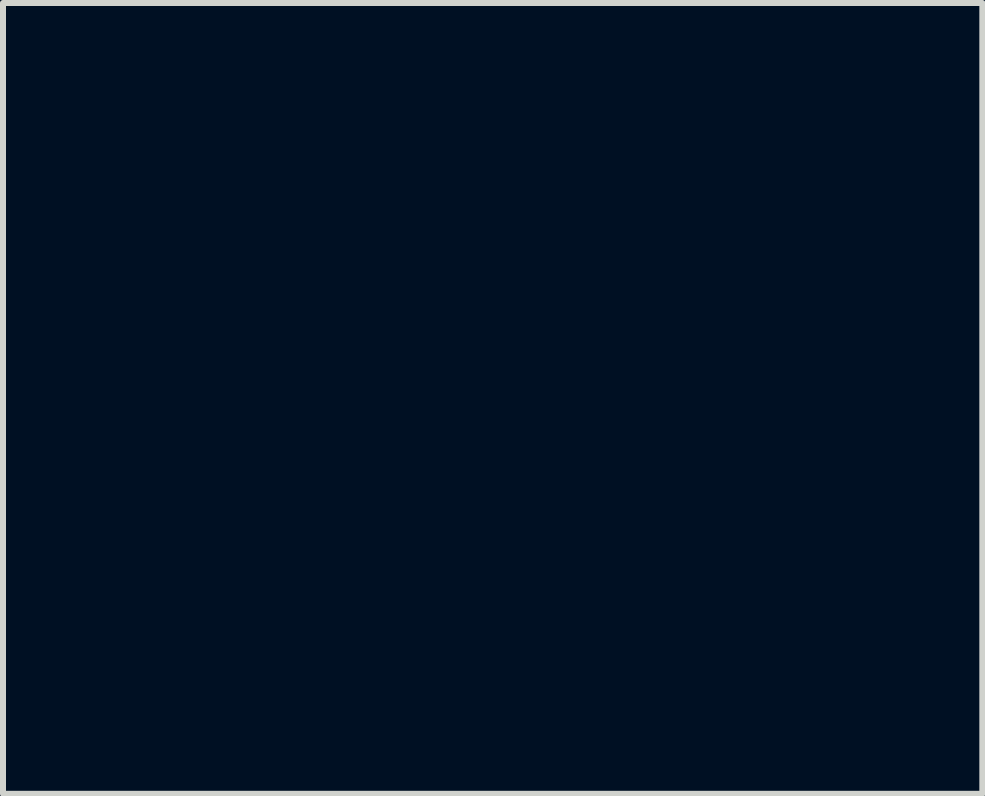
<source format=kicad_pcb>
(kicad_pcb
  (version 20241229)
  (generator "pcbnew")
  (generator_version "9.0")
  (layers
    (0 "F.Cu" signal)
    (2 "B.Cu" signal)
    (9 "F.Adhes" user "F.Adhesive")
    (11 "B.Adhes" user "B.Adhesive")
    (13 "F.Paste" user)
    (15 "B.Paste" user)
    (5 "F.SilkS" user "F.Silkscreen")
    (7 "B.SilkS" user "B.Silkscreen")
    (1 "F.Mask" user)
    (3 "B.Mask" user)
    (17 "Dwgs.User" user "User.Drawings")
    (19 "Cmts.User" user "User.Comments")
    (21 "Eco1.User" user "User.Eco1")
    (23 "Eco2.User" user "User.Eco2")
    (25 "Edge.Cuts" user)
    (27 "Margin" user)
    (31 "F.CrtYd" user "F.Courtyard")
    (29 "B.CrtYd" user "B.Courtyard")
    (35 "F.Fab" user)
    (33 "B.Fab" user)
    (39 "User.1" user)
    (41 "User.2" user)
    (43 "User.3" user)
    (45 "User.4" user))
  (footprint "owl_logo"
    (layer "F.Cu")
    (at 5.157 3.581)
    (property "Reference" "owl_logo" (at 0 0 0) (layer "User.1") (effects (font (size 1.5 1.5) (thickness 0.3))))
    (attr board_only exclude_from_pos_files exclude_from_bom)
    (fp_poly (pts (xy 1.104 -2.014) (xy 1.166 -2.001) (xy 1.224 -1.978) (xy 1.277 -1.946) (xy 1.325 -1.906) (xy 1.377 -1.849) (xy 1.419 -1.787) (xy 1.45 -1.72) (xy 1.471 -1.648) (xy 1.481 -1.578) (xy 1.48 -1.513) (xy 1.469 -1.448) (xy 1.447 -1.384) (xy 1.416 -1.323) (xy 1.376 -1.267) (xy 1.329 -1.217) (xy 1.275 -1.175) (xy 1.274 -1.174) (xy 1.216 -1.143) (xy 1.153 -1.121) (xy 1.086 -1.108) (xy 1.019 -1.106) (xy 0.993 -1.108) (xy 0.93 -1.121) (xy 0.867 -1.146) (xy 0.805 -1.182) (xy 0.769 -1.209) (xy 0.724 -1.252) (xy 0.683 -1.303) (xy 0.649 -1.362) (xy 0.622 -1.424) (xy 0.604 -1.489) (xy 0.594 -1.554) (xy 0.594 -1.612) (xy 0.606 -1.683) (xy 0.628 -1.749) (xy 0.659 -1.811) (xy 0.7 -1.867) (xy 0.749 -1.915) (xy 0.805 -1.956) (xy 0.868 -1.988) (xy 0.918 -2.005) (xy 0.944 -2.012) (xy 0.969 -2.016) (xy 0.999 -2.018) (xy 1.034 -2.019)) (stroke (width 0) (type solid)) (fill yes) (layer "F.Mask"))
    (fp_poly (pts (xy -0.972 -2.018) (xy -0.918 -2.007) (xy -0.863 -1.986) (xy -0.844 -1.977) (xy -0.816 -1.962) (xy -0.793 -1.948) (xy -0.771 -1.931) (xy -0.747 -1.908) (xy -0.738 -1.899) (xy -0.714 -1.874) (xy -0.691 -1.846) (xy -0.672 -1.821) (xy -0.664 -1.808) (xy -0.633 -1.746) (xy -0.612 -1.679) (xy -0.6 -1.61) (xy -0.599 -1.542) (xy -0.607 -1.476) (xy -0.609 -1.469) (xy -0.632 -1.397) (xy -0.664 -1.331) (xy -0.706 -1.272) (xy -0.756 -1.22) (xy -0.813 -1.177) (xy -0.878 -1.143) (xy -0.917 -1.128) (xy -0.943 -1.12) (xy -0.967 -1.115) (xy -0.994 -1.112) (xy -1.028 -1.11) (xy -1.031 -1.11) (xy -1.06 -1.11) (xy -1.085 -1.11) (xy -1.104 -1.11) (xy -1.114 -1.111) (xy -1.151 -1.121) (xy -1.192 -1.137) (xy -1.233 -1.155) (xy -1.264 -1.173) (xy -1.322 -1.218) (xy -1.372 -1.27) (xy -1.413 -1.329) (xy -1.444 -1.394) (xy -1.465 -1.462) (xy -1.476 -1.534) (xy -1.477 -1.565) (xy -1.472 -1.639) (xy -1.456 -1.708) (xy -1.431 -1.772) (xy -1.397 -1.831) (xy -1.355 -1.883) (xy -1.306 -1.928) (xy -1.251 -1.965) (xy -1.189 -1.994) (xy -1.123 -2.013) (xy -1.053 -2.021) (xy -1.03 -2.022)) (stroke (width 0) (type solid)) (fill yes) (layer "F.Mask"))
    (fp_poly (pts (xy -2.329 1.606) (xy -2.314 1.615) (xy -2.291 1.63) (xy -2.261 1.649) (xy -2.225 1.673) (xy -2.183 1.701) (xy -2.137 1.732) (xy -2.087 1.766) (xy -2.033 1.804) (xy -1.976 1.843) (xy -1.918 1.884) (xy -1.858 1.927) (xy -1.797 1.97) (xy -1.736 2.013) (xy -1.7 2.039) (xy -1.661 2.067) (xy -1.618 2.098) (xy -1.574 2.13) (xy -1.532 2.16) (xy -1.503 2.181) (xy -1.462 2.21) (xy -1.417 2.243) (xy -1.367 2.279) (xy -1.315 2.317) (xy -1.262 2.355) (xy -1.208 2.394) (xy -1.156 2.432) (xy -1.106 2.469) (xy -1.059 2.502) (xy -1.017 2.533) (xy -0.981 2.559) (xy -0.952 2.58) (xy -0.932 2.595) (xy -0.859 2.649) (xy -0.793 2.699) (xy -0.734 2.743) (xy -0.681 2.783) (xy -0.637 2.816) (xy -0.601 2.844) (xy -0.573 2.866) (xy -0.554 2.881) (xy -0.549 2.885) (xy -0.532 2.9) (xy -0.523 2.91) (xy -0.52 2.917) (xy -0.523 2.922) (xy -0.524 2.924) (xy -0.531 2.934) (xy -0.541 2.952) (xy -0.554 2.977) (xy -0.57 3.011) (xy -0.589 3.055) (xy -0.613 3.108) (xy -0.64 3.171) (xy -0.653 3.203) (xy -0.683 3.272) (xy -0.711 3.337) (xy -0.736 3.395) (xy -0.759 3.447) (xy -0.779 3.492) (xy -0.796 3.529) (xy -0.81 3.558) (xy -0.82 3.577) (xy -0.826 3.586) (xy -0.827 3.587) (xy -0.832 3.582) (xy -0.84 3.57) (xy -0.844 3.563) (xy -0.854 3.542) (xy -0.866 3.515) (xy -0.88 3.48) (xy -0.897 3.437) (xy -0.916 3.385) (xy -0.939 3.324) (xy -0.952 3.287) (xy -0.975 3.226) (xy -0.996 3.17) (xy -1.014 3.122) (xy -1.03 3.081) (xy -1.043 3.049) (xy -1.053 3.025) (xy -1.06 3.012) (xy -1.061 3.01) (xy -1.066 3.01) (xy -1.075 3.017) (xy -1.089 3.031) (xy -1.108 3.052) (xy -1.133 3.082) (xy -1.163 3.12) (xy -1.199 3.168) (xy -1.216 3.19) (xy -1.241 3.223) (xy -1.265 3.253) (xy -1.285 3.278) (xy -1.301 3.298) (xy -1.313 3.31) (xy -1.318 3.314) (xy -1.324 3.31) (xy -1.335 3.297) (xy -1.351 3.277) (xy -1.37 3.252) (xy -1.392 3.222) (xy -1.407 3.203) (xy -1.432 3.167) (xy -1.453 3.139) (xy -1.47 3.118) (xy -1.485 3.103) (xy -1.5 3.093) (xy -1.518 3.087) (xy -1.54 3.084) (xy -1.569 3.083) (xy -1.605 3.083) (xy -1.636 3.083) (xy -1.686 3.083) (xy -1.735 3.082) (xy -1.779 3.08) (xy -1.819 3.079) (xy -1.852 3.077) (xy -1.877 3.075) (xy -1.893 3.072) (xy -1.899 3.07) (xy -1.899 3.07) (xy -1.895 3.063) (xy -1.885 3.049) (xy -1.869 3.028) (xy -1.849 3.003) (xy -1.826 2.973) (xy -1.8 2.942) (xy -1.773 2.909) (xy -1.753 2.886) (xy -1.734 2.864) (xy -1.717 2.843) (xy -1.703 2.828) (xy -1.696 2.819) (xy -1.695 2.818) (xy -1.692 2.813) (xy -1.693 2.805) (xy -1.697 2.792) (xy -1.707 2.774) (xy -1.716 2.755) (xy -1.73 2.729) (xy -1.747 2.696) (xy -1.765 2.661) (xy -1.782 2.627) (xy -1.783 2.624) (xy -1.799 2.592) (xy -1.818 2.554) (xy -1.839 2.512) (xy -1.861 2.471) (xy -1.875 2.444) (xy -1.889 2.418) (xy -1.907 2.382) (xy -1.93 2.34) (xy -1.955 2.292) (xy -1.982 2.239) (xy -2.011 2.184) (xy -2.041 2.128) (xy -2.067 2.078) (xy -2.107 2.001) (xy -2.142 1.935) (xy -2.172 1.877) (xy -2.199 1.828) (xy -2.221 1.785) (xy -2.241 1.75) (xy -2.257 1.72) (xy -2.271 1.695) (xy -2.284 1.675) (xy -2.294 1.658) (xy -2.304 1.644) (xy -2.313 1.632) (xy -2.322 1.621) (xy -2.331 1.611) (xy -2.335 1.607) (xy -2.337 1.603)) (stroke (width 0) (type solid)) (fill yes) (layer "F.Mask"))
    (fp_poly (pts (xy 2.358 1.587) (xy 2.353 1.598) (xy 2.347 1.607) (xy 2.341 1.618) (xy 2.33 1.638) (xy 2.315 1.665) (xy 2.296 1.699) (xy 2.275 1.738) (xy 2.252 1.779) (xy 2.232 1.817) (xy 2.206 1.865) (xy 2.179 1.914) (xy 2.153 1.962) (xy 2.128 2.007) (xy 2.106 2.047) (xy 2.088 2.081) (xy 2.08 2.095) (xy 2.062 2.129) (xy 2.04 2.171) (xy 2.015 2.216) (xy 1.991 2.262) (xy 1.968 2.306) (xy 1.963 2.315) (xy 1.944 2.351) (xy 1.927 2.384) (xy 1.912 2.412) (xy 1.9 2.434) (xy 1.892 2.448) (xy 1.89 2.453) (xy 1.885 2.461) (xy 1.876 2.478) (xy 1.862 2.502) (xy 1.846 2.532) (xy 1.827 2.567) (xy 1.81 2.6) (xy 1.789 2.638) (xy 1.768 2.674) (xy 1.75 2.708) (xy 1.734 2.735) (xy 1.722 2.756) (xy 1.715 2.766) (xy 1.703 2.786) (xy 1.698 2.8) (xy 1.699 2.805) (xy 1.704 2.812) (xy 1.716 2.826) (xy 1.733 2.845) (xy 1.753 2.868) (xy 1.767 2.884) (xy 1.796 2.916) (xy 1.823 2.949) (xy 1.849 2.98) (xy 1.871 3.008) (xy 1.89 3.033) (xy 1.903 3.053) (xy 1.911 3.067) (xy 1.912 3.072) (xy 1.905 3.074) (xy 1.888 3.075) (xy 1.862 3.076) (xy 1.828 3.078) (xy 1.788 3.079) (xy 1.744 3.08) (xy 1.707 3.081) (xy 1.507 3.086) (xy 1.492 3.1) (xy 1.484 3.109) (xy 1.47 3.126) (xy 1.452 3.149) (xy 1.432 3.175) (xy 1.418 3.194) (xy 1.391 3.231) (xy 1.37 3.259) (xy 1.353 3.28) (xy 1.341 3.295) (xy 1.333 3.304) (xy 1.326 3.308) (xy 1.322 3.309) (xy 1.318 3.307) (xy 1.317 3.306) (xy 1.311 3.3) (xy 1.299 3.285) (xy 1.281 3.264) (xy 1.26 3.237) (xy 1.236 3.207) (xy 1.211 3.175) (xy 1.177 3.131) (xy 1.149 3.096) (xy 1.127 3.068) (xy 1.109 3.048) (xy 1.096 3.034) (xy 1.086 3.025) (xy 1.078 3.02) (xy 1.072 3.019) (xy 1.071 3.02) (xy 1.066 3.025) (xy 1.058 3.037) (xy 1.048 3.057) (xy 1.035 3.085) (xy 1.019 3.122) (xy 1 3.168) (xy 0.978 3.223) (xy 0.952 3.288) (xy 0.922 3.363) (xy 0.89 3.446) (xy 0.876 3.48) (xy 0.862 3.512) (xy 0.849 3.541) (xy 0.838 3.565) (xy 0.828 3.583) (xy 0.822 3.592) (xy 0.82 3.593) (xy 0.816 3.588) (xy 0.808 3.574) (xy 0.798 3.555) (xy 0.789 3.538) (xy 0.779 3.516) (xy 0.765 3.485) (xy 0.749 3.449) (xy 0.732 3.41) (xy 0.716 3.372) (xy 0.715 3.37) (xy 0.701 3.338) (xy 0.685 3.301) (xy 0.667 3.258) (xy 0.648 3.213) (xy 0.628 3.166) (xy 0.608 3.119) (xy 0.588 3.074) (xy 0.57 3.032) (xy 0.554 2.994) (xy 0.54 2.963) (xy 0.53 2.94) (xy 0.524 2.926) (xy 0.519 2.913) (xy 0.52 2.904) (xy 0.528 2.896) (xy 0.529 2.895) (xy 0.549 2.879) (xy 0.577 2.857) (xy 0.609 2.831) (xy 0.644 2.804) (xy 0.679 2.778) (xy 0.712 2.753) (xy 0.741 2.732) (xy 0.744 2.73) (xy 0.776 2.708) (xy 0.812 2.681) (xy 0.849 2.655) (xy 0.882 2.63) (xy 0.885 2.628) (xy 0.949 2.582) (xy 1.018 2.532) (xy 1.091 2.479) (xy 1.168 2.423) (xy 1.248 2.365) (xy 1.33 2.307) (xy 1.413 2.248) (xy 1.495 2.189) (xy 1.577 2.131) (xy 1.657 2.074) (xy 1.734 2.02) (xy 1.808 1.968) (xy 1.877 1.919) (xy 1.941 1.874) (xy 1.999 1.834) (xy 2.049 1.799) (xy 2.092 1.77) (xy 2.113 1.756) (xy 2.162 1.723) (xy 2.208 1.691) (xy 2.25 1.662) (xy 2.285 1.637) (xy 2.313 1.616) (xy 2.327 1.605) (xy 2.343 1.593) (xy 2.354 1.585) (xy 2.359 1.582)) (stroke (width 0) (type solid)) (fill yes) (layer "F.Mask"))
    (fp_poly (pts (xy 2.18 -1.979) (xy 2.18 -1.843) (xy 2.179 -1.71) (xy 2.179 -1.58) (xy 2.179 -1.454) (xy 2.179 -1.332) (xy 2.179 -1.216) (xy 2.179 -1.105) (xy 2.178 -0.999) (xy 2.178 -0.9) (xy 2.178 -0.808) (xy 2.178 -0.723) (xy 2.177 -0.646) (xy 2.177 -0.578) (xy 2.177 -0.518) (xy 2.177 -0.467) (xy 2.176 -0.426) (xy 2.176 -0.395) (xy 2.176 -0.375) (xy 2.175 -0.366) (xy 2.175 -0.366) (xy 2.168 -0.357) (xy 2.152 -0.345) (xy 2.125 -0.33) (xy 2.101 -0.317) (xy 2.07 -0.301) (xy 2.033 -0.281) (xy 1.993 -0.26) (xy 1.956 -0.239) (xy 1.946 -0.234) (xy 1.86 -0.186) (xy 1.891 -0.123) (xy 1.904 -0.095) (xy 1.923 -0.059) (xy 1.944 -0.017) (xy 1.968 0.029) (xy 1.993 0.077) (xy 2.018 0.124) (xy 2.042 0.169) (xy 2.064 0.209) (xy 2.077 0.234) (xy 2.109 0.292) (xy 2.143 0.354) (xy 2.177 0.42) (xy 2.213 0.487) (xy 2.25 0.556) (xy 2.286 0.626) (xy 2.323 0.696) (xy 2.358 0.764) (xy 2.392 0.831) (xy 2.425 0.895) (xy 2.456 0.956) (xy 2.484 1.012) (xy 2.509 1.063) (xy 2.531 1.107) (xy 2.549 1.145) (xy 2.563 1.175) (xy 2.572 1.196) (xy 2.576 1.207) (xy 2.576 1.218) (xy 2.57 1.232) (xy 2.557 1.25) (xy 2.552 1.257) (xy 2.538 1.278) (xy 2.52 1.304) (xy 2.503 1.333) (xy 2.493 1.351) (xy 2.477 1.379) (xy 2.46 1.408) (xy 2.445 1.434) (xy 2.437 1.446) (xy 2.425 1.466) (xy 2.415 1.484) (xy 2.41 1.495) (xy 2.409 1.496) (xy 2.406 1.5) (xy 2.403 1.498) (xy 2.397 1.486) (xy 2.392 1.471) (xy 2.387 1.459) (xy 2.377 1.438) (xy 2.363 1.408) (xy 2.346 1.372) (xy 2.326 1.33) (xy 2.304 1.284) (xy 2.28 1.234) (xy 2.255 1.182) (xy 2.229 1.129) (xy 2.204 1.076) (xy 2.179 1.025) (xy 2.155 0.977) (xy 2.133 0.932) (xy 2.113 0.892) (xy 2.097 0.859) (xy 2.083 0.833) (xy 2.083 0.832) (xy 2.067 0.801) (xy 2.05 0.767) (xy 2.034 0.736) (xy 2.026 0.72) (xy 2.015 0.698) (xy 2.006 0.681) (xy 1.999 0.67) (xy 1.997 0.668) (xy 1.993 0.673) (xy 1.981 0.685) (xy 1.963 0.704) (xy 1.94 0.729) (xy 1.912 0.76) (xy 1.88 0.795) (xy 1.845 0.833) (xy 1.808 0.875) (xy 1.769 0.918) (xy 1.73 0.962) (xy 1.69 1.006) (xy 1.651 1.049) (xy 1.614 1.091) (xy 1.579 1.131) (xy 1.548 1.167) (xy 1.52 1.198) (xy 1.497 1.225) (xy 1.495 1.228) (xy 1.461 1.267) (xy 1.433 1.297) (xy 1.413 1.317) (xy 1.4 1.328) (xy 1.395 1.33) (xy 1.391 1.325) (xy 1.382 1.311) (xy 1.368 1.288) (xy 1.349 1.256) (xy 1.327 1.217) (xy 1.301 1.172) (xy 1.271 1.12) (xy 1.239 1.064) (xy 1.204 1.003) (xy 1.167 0.938) (xy 1.129 0.87) (xy 1.089 0.799) (xy 1.049 0.727) (xy 1.008 0.654) (xy 0.998 0.636) (xy 0.971 0.589) (xy 0.946 0.542) (xy 0.921 0.496) (xy 0.898 0.453) (xy 0.877 0.414) (xy 0.859 0.38) (xy 0.845 0.353) (xy 0.836 0.333) (xy 0.832 0.323) (xy 0.827 0.321) (xy 0.817 0.322) (xy 0.798 0.327) (xy 0.782 0.333) (xy 0.745 0.347) (xy 0.701 0.366) (xy 0.653 0.386) (xy 0.605 0.407) (xy 0.566 0.425) (xy 0.546 0.434) (xy 0.519 0.446) (xy 0.485 0.461) (xy 0.447 0.478) (xy 0.408 0.496) (xy 0.389 0.504) (xy 0.343 0.525) (xy 0.29 0.549) (xy 0.234 0.574) (xy 0.181 0.598) (xy 0.133 0.62) (xy 0.13 0.621) (xy -0.000206 0.681) (xy -0.154 0.608) (xy -0.24 0.567) (xy -0.323 0.528) (xy -0.401 0.492) (xy -0.475 0.458) (xy -0.544 0.427) (xy -0.606 0.4) (xy -0.66 0.377) (xy -0.706 0.358) (xy -0.743 0.343) (xy -0.755 0.339) (xy -0.785 0.33) (xy -0.805 0.325) (xy -0.816 0.327) (xy -0.82 0.333) (xy -0.82 0.334) (xy -0.823 0.34) (xy -0.831 0.355) (xy -0.843 0.377) (xy -0.858 0.402) (xy -0.866 0.417) (xy -0.89 0.458) (xy -0.919 0.508) (xy -0.952 0.565) (xy -0.988 0.629) (xy -1.027 0.698) (xy -1.068 0.772) (xy -1.1 0.829) (xy -1.121 0.866) (xy -1.146 0.91) (xy -1.173 0.957) (xy -1.2 1.003) (xy -1.221 1.04) (xy -1.244 1.078) (xy -1.267 1.118) (xy -1.29 1.158) (xy -1.31 1.193) (xy -1.326 1.221) (xy -1.327 1.223) (xy -1.343 1.25) (xy -1.358 1.276) (xy -1.37 1.296) (xy -1.379 1.309) (xy -1.38 1.311) (xy -1.394 1.327) (xy -1.415 1.304) (xy -1.427 1.291) (xy -1.444 1.271) (xy -1.465 1.247) (xy -1.487 1.222) (xy -1.491 1.216) (xy -1.516 1.187) (xy -1.544 1.155) (xy -1.571 1.124) (xy -1.594 1.099) (xy -1.611 1.08) (xy -1.635 1.053) (xy -1.662 1.022) (xy -1.692 0.987) (xy -1.723 0.952) (xy -1.745 0.926) (xy -1.776 0.891) (xy -1.806 0.856) (xy -1.836 0.822) (xy -1.862 0.793) (xy -1.884 0.769) (xy -1.896 0.756) (xy -1.917 0.734) (xy -1.937 0.712) (xy -1.954 0.693) (xy -1.962 0.683) (xy -1.974 0.671) (xy -1.982 0.665) (xy -1.984 0.665) (xy -1.988 0.672) (xy -1.996 0.688) (xy -2.008 0.711) (xy -2.024 0.739) (xy -2.042 0.773) (xy -2.058 0.803) (xy -2.087 0.858) (xy -2.12 0.921) (xy -2.155 0.991) (xy -2.192 1.066) (xy -2.229 1.143) (xy -2.266 1.22) (xy -2.301 1.295) (xy -2.334 1.367) (xy -2.345 1.391) (xy -2.361 1.428) (xy -2.374 1.455) (xy -2.384 1.474) (xy -2.39 1.486) (xy -2.395 1.492) (xy -2.399 1.493) (xy -2.402 1.49) (xy -2.408 1.481) (xy -2.418 1.465) (xy -2.432 1.443) (xy -2.448 1.418) (xy -2.45 1.414) (xy -2.47 1.382) (xy -2.493 1.348) (xy -2.516 1.315) (xy -2.531 1.293) (xy -2.548 1.27) (xy -2.562 1.249) (xy -2.572 1.232) (xy -2.576 1.224) (xy -2.576 1.212) (xy -2.571 1.196) (xy -2.561 1.173) (xy -2.552 1.154) (xy -2.543 1.136) (xy -2.529 1.109) (xy -2.511 1.073) (xy -2.489 1.031) (xy -2.464 0.982) (xy -2.436 0.928) (xy -2.406 0.871) (xy -2.375 0.811) (xy -2.343 0.749) (xy -2.311 0.687) (xy -2.279 0.626) (xy -2.248 0.566) (xy -2.218 0.508) (xy -2.212 0.498) (xy -2.19 0.456) (xy -2.164 0.406) (xy -2.136 0.351) (xy -2.107 0.295) (xy -2.079 0.241) (xy -2.053 0.191) (xy -2.053 0.19) (xy -2.028 0.143) (xy -2.003 0.094) (xy -1.977 0.045) (xy -1.953 -0.001) (xy -1.932 -0.042) (xy -1.914 -0.076) (xy -1.911 -0.081) (xy -1.895 -0.112) (xy -1.88 -0.14) (xy -1.869 -0.163) (xy -1.861 -0.179) (xy -1.858 -0.186) (xy -1.858 -0.187) (xy -1.863 -0.19) (xy -1.876 -0.199) (xy -1.897 -0.212) (xy -1.923 -0.227) (xy -1.953 -0.245) (xy -1.986 -0.263) (xy -2.019 -0.282) (xy -2.051 -0.3) (xy -2.082 -0.317) (xy -2.108 -0.331) (xy -2.122 -0.338) (xy -2.166 -0.361) (xy -2.169 -0.437) (xy -2.17 -0.449) (xy -2.17 -0.473) (xy -2.17 -0.507) (xy -2.171 -0.552) (xy -2.171 -0.606) (xy -2.171 -0.669) (xy -2.171 -0.741) (xy -2.172 -0.821) (xy -2.172 -0.909) (xy -2.172 -1.004) (xy -2.172 -1.105) (xy -2.173 -1.212) (xy -2.173 -1.325) (xy -2.173 -1.443) (xy -2.173 -1.537) (xy -1.744 -1.537) (xy -1.741 -1.481) (xy -1.735 -1.431) (xy -1.733 -1.418) (xy -1.709 -1.33) (xy -1.678 -1.249) (xy -1.637 -1.175) (xy -1.587 -1.106) (xy -1.534 -1.046) (xy -1.467 -0.987) (xy -1.398 -0.938) (xy -1.324 -0.898) (xy -1.243 -0.868) (xy -1.21 -0.858) (xy -1.188 -0.852) (xy -1.169 -0.848) (xy -1.15 -0.845) (xy -1.129 -0.843) (xy -1.103 -0.842) (xy -1.07 -0.842) (xy -1.04 -0.841) (xy -0.994 -0.842) (xy -0.956 -0.843) (xy -0.924 -0.846) (xy -0.895 -0.851) (xy -0.864 -0.859) (xy -0.83 -0.87) (xy -0.789 -0.885) (xy -0.782 -0.888) (xy -0.703 -0.925) (xy -0.626 -0.973) (xy -0.554 -1.031) (xy -0.484 -1.101) (xy -0.462 -1.127) (xy -0.448 -1.144) (xy -0.401 -1.063) (xy -0.382 -1.03) (xy -0.362 -0.995) (xy -0.343 -0.962) (xy -0.327 -0.935) (xy -0.323 -0.929) (xy -0.312 -0.909) (xy -0.295 -0.881) (xy -0.275 -0.844) (xy -0.25 -0.8) (xy -0.222 -0.75) (xy -0.192 -0.695) (xy -0.159 -0.637) (xy -0.125 -0.575) (xy -0.091 -0.512) (xy -0.058 -0.452) (xy -0.038 -0.417) (xy -0.024 -0.391) (xy -0.013 -0.372) (xy -0.005 -0.361) (xy 0.000109 -0.354) (xy 0.004 -0.352) (xy 0.005 -0.352) (xy 0.01 -0.356) (xy 0.018 -0.368) (xy 0.02 -0.371) (xy 0.025 -0.38) (xy 0.036 -0.398) (xy 0.05 -0.424) (xy 0.069 -0.457) (xy 0.09 -0.494) (xy 0.114 -0.535) (xy 0.139 -0.579) (xy 0.139 -0.58) (xy 0.168 -0.63) (xy 0.197 -0.682) (xy 0.227 -0.734) (xy 0.256 -0.784) (xy 0.283 -0.83) (xy 0.305 -0.869) (xy 0.317 -0.888) (xy 0.35 -0.945) (xy 0.378 -0.993) (xy 0.4 -1.032) (xy 0.418 -1.064) (xy 0.432 -1.089) (xy 0.441 -1.109) (xy 0.447 -1.123) (xy 0.45 -1.133) (xy 0.45 -1.14) (xy 0.448 -1.144) (xy 0.446 -1.145) (xy 0.444 -1.147) (xy 0.44 -1.148) (xy 0.433 -1.149) (xy 0.423 -1.149) (xy 0.409 -1.149) (xy 0.389 -1.149) (xy 0.362 -1.148) (xy 0.327 -1.147) (xy 0.283 -1.146) (xy 0.229 -1.144) (xy 0.208 -1.144) (xy 0.158 -1.142) (xy 0.104 -1.141) (xy 0.045 -1.141) (xy -0.016 -1.141) (xy -0.078 -1.141) (xy -0.139 -1.142) (xy -0.198 -1.143) (xy -0.254 -1.144) (xy -0.304 -1.146) (xy -0.348 -1.147) (xy -0.383 -1.149) (xy -0.409 -1.151) (xy -0.417 -1.152) (xy -0.439 -1.156) (xy -0.424 -1.189) (xy -0.404 -1.237) (xy -0.384 -1.292) (xy -0.366 -1.348) (xy -0.353 -1.395) (xy -0.347 -1.419) (xy -0.343 -1.44) (xy -0.341 -1.461) (xy -0.339 -1.484) (xy -0.338 -1.513) (xy -0.338 -1.551) (xy -0.338 -1.565) (xy 0.337 -1.565) (xy 0.338 -1.502) (xy 0.342 -1.448) (xy 0.349 -1.399) (xy 0.36 -1.352) (xy 0.376 -1.304) (xy 0.384 -1.283) (xy 0.402 -1.238) (xy 0.419 -1.201) (xy 0.437 -1.17) (xy 0.457 -1.141) (xy 0.481 -1.112) (xy 0.502 -1.09) (xy 0.574 -1.022) (xy 0.651 -0.965) (xy 0.731 -0.918) (xy 0.816 -0.883) (xy 0.905 -0.858) (xy 0.911 -0.856) (xy 0.986 -0.844) (xy 1.055 -0.839) (xy 1.119 -0.841) (xy 1.162 -0.847) (xy 1.235 -0.864) (xy 1.309 -0.89) (xy 1.379 -0.921) (xy 1.451 -0.966) (xy 1.516 -1.019) (xy 1.574 -1.081) (xy 1.624 -1.15) (xy 1.667 -1.226) (xy 1.7 -1.309) (xy 1.725 -1.397) (xy 1.74 -1.489) (xy 1.741 -1.496) (xy 1.744 -1.581) (xy 1.736 -1.668) (xy 1.717 -1.754) (xy 1.689 -1.839) (xy 1.66 -1.901) (xy 1.614 -1.977) (xy 1.56 -2.045) (xy 1.498 -2.106) (xy 1.429 -2.159) (xy 1.355 -2.203) (xy 1.275 -2.238) (xy 1.192 -2.263) (xy 1.106 -2.277) (xy 1.04 -2.28) (xy 0.951 -2.274) (xy 0.863 -2.257) (xy 0.778 -2.23) (xy 0.697 -2.192) (xy 0.621 -2.145) (xy 0.552 -2.089) (xy 0.544 -2.081) (xy 0.484 -2.017) (xy 0.434 -1.947) (xy 0.394 -1.871) (xy 0.37 -1.807) (xy 0.359 -1.77) (xy 0.35 -1.736) (xy 0.344 -1.704) (xy 0.34 -1.669) (xy 0.338 -1.63) (xy 0.337 -1.583) (xy 0.337 -1.565) (xy -0.338 -1.565) (xy -0.338 -1.605) (xy -0.338 -1.636) (xy -0.339 -1.66) (xy -0.342 -1.681) (xy -0.345 -1.701) (xy -0.35 -1.723) (xy -0.353 -1.736) (xy -0.38 -1.826) (xy -0.415 -1.907) (xy -0.459 -1.98) (xy -0.511 -2.047) (xy -0.572 -2.107) (xy -0.642 -2.161) (xy -0.644 -2.162) (xy -0.721 -2.208) (xy -0.801 -2.242) (xy -0.884 -2.266) (xy -0.968 -2.278) (xy -1.054 -2.281) (xy -1.139 -2.272) (xy -1.224 -2.253) (xy -1.307 -2.223) (xy -1.387 -2.183) (xy -1.464 -2.132) (xy -1.474 -2.124) (xy -1.539 -2.067) (xy -1.595 -2.004) (xy -1.642 -1.933) (xy -1.681 -1.854) (xy -1.712 -1.768) (xy -1.73 -1.699) (xy -1.738 -1.65) (xy -1.743 -1.594) (xy -1.744 -1.537) (xy -2.173 -1.537) (xy -2.173 -1.565) (xy -2.173 -1.691) (xy -2.173 -1.82) (xy -2.174 -1.953) (xy -2.174 -2.044) (xy -2.174 -2.202) (xy -2.174 -2.35) (xy -2.174 -2.486) (xy -2.174 -2.612) (xy -2.174 -2.728) (xy -2.174 -2.834) (xy -2.174 -2.931) (xy -2.174 -3.019) (xy -2.174 -3.099) (xy -2.173 -3.17) (xy -2.173 -3.235) (xy -2.173 -3.292) (xy -2.173 -3.342) (xy -2.173 -3.386) (xy -2.172 -3.424) (xy -2.172 -3.457) (xy -2.171 -3.485) (xy -2.171 -3.508) (xy -2.17 -3.526) (xy -2.17 -3.541) (xy -2.169 -3.553) (xy -2.168 -3.562) (xy -2.167 -3.568) (xy -2.167 -3.572) (xy -2.166 -3.574) (xy -2.165 -3.575) (xy -2.164 -3.575) (xy -2.154 -3.573) (xy -2.133 -3.569) (xy -2.103 -3.562) (xy -2.064 -3.552) (xy -2.017 -3.541) (xy -1.964 -3.527) (xy -1.905 -3.512) (xy -1.841 -3.495) (xy -1.773 -3.477) (xy -1.702 -3.459) (xy -1.629 -3.439) (xy -1.554 -3.419) (xy -1.479 -3.399) (xy -1.405 -3.378) (xy -1.332 -3.358) (xy -1.262 -3.339) (xy -1.195 -3.32) (xy -1.132 -3.302) (xy -1.119 -3.299) (xy -1.092 -3.291) (xy -1.056 -3.281) (xy -1.011 -3.268) (xy -0.96 -3.254) (xy -0.905 -3.239) (xy -0.846 -3.223) (xy -0.786 -3.207) (xy -0.738 -3.194) (xy -0.674 -3.177) (xy -0.606 -3.158) (xy -0.537 -3.139) (xy -0.468 -3.12) (xy -0.402 -3.102) (xy -0.342 -3.086) (xy -0.289 -3.071) (xy -0.267 -3.065) (xy -0.206 -3.048) (xy -0.155 -3.034) (xy -0.114 -3.022) (xy -0.08 -3.013) (xy -0.052 -3.006) (xy -0.031 -3.001) (xy -0.013 -2.998) (xy 0.001 -2.997) (xy 0.014 -2.997) (xy 0.025 -2.999) (xy 0.037 -3.002) (xy 0.051 -3.005) (xy 0.067 -3.01) (xy 0.072 -3.011) (xy 0.108 -3.02) (xy 0.147 -3.031) (xy 0.186 -3.041) (xy 0.208 -3.047) (xy 0.231 -3.053) (xy 0.264 -3.061) (xy 0.303 -3.072) (xy 0.346 -3.083) (xy 0.392 -3.095) (xy 0.434 -3.106) (xy 0.487 -3.12) (xy 0.548 -3.136) (xy 0.612 -3.153) (xy 0.675 -3.169) (xy 0.732 -3.185) (xy 0.756 -3.191) (xy 0.8 -3.203) (xy 0.853 -3.217) (xy 0.912 -3.233) (xy 0.974 -3.249) (xy 1.038 -3.266) (xy 1.1 -3.283) (xy 1.151 -3.296) (xy 1.203 -3.31) (xy 1.264 -3.327) (xy 1.332 -3.346) (xy 1.405 -3.366) (xy 1.48 -3.387) (xy 1.557 -3.409) (xy 1.632 -3.43) (xy 1.703 -3.45) (xy 1.722 -3.456) (xy 1.801 -3.478) (xy 1.869 -3.498) (xy 1.928 -3.515) (xy 1.978 -3.529) (xy 2.02 -3.541) (xy 2.055 -3.55) (xy 2.083 -3.558) (xy 2.107 -3.564) (xy 2.125 -3.569) (xy 2.14 -3.573) (xy 2.153 -3.575) (xy 2.161 -3.577) (xy 2.18 -3.581)) (stroke (width 0) (type solid)) (fill yes) (layer "F.Mask")))
  (gr_rect
    (start -3 -3)
    (end 13.314 10.173)
    (stroke (width 0.1) (type default))
    (fill no)
    (layer "Edge.Cuts")))
</source>
